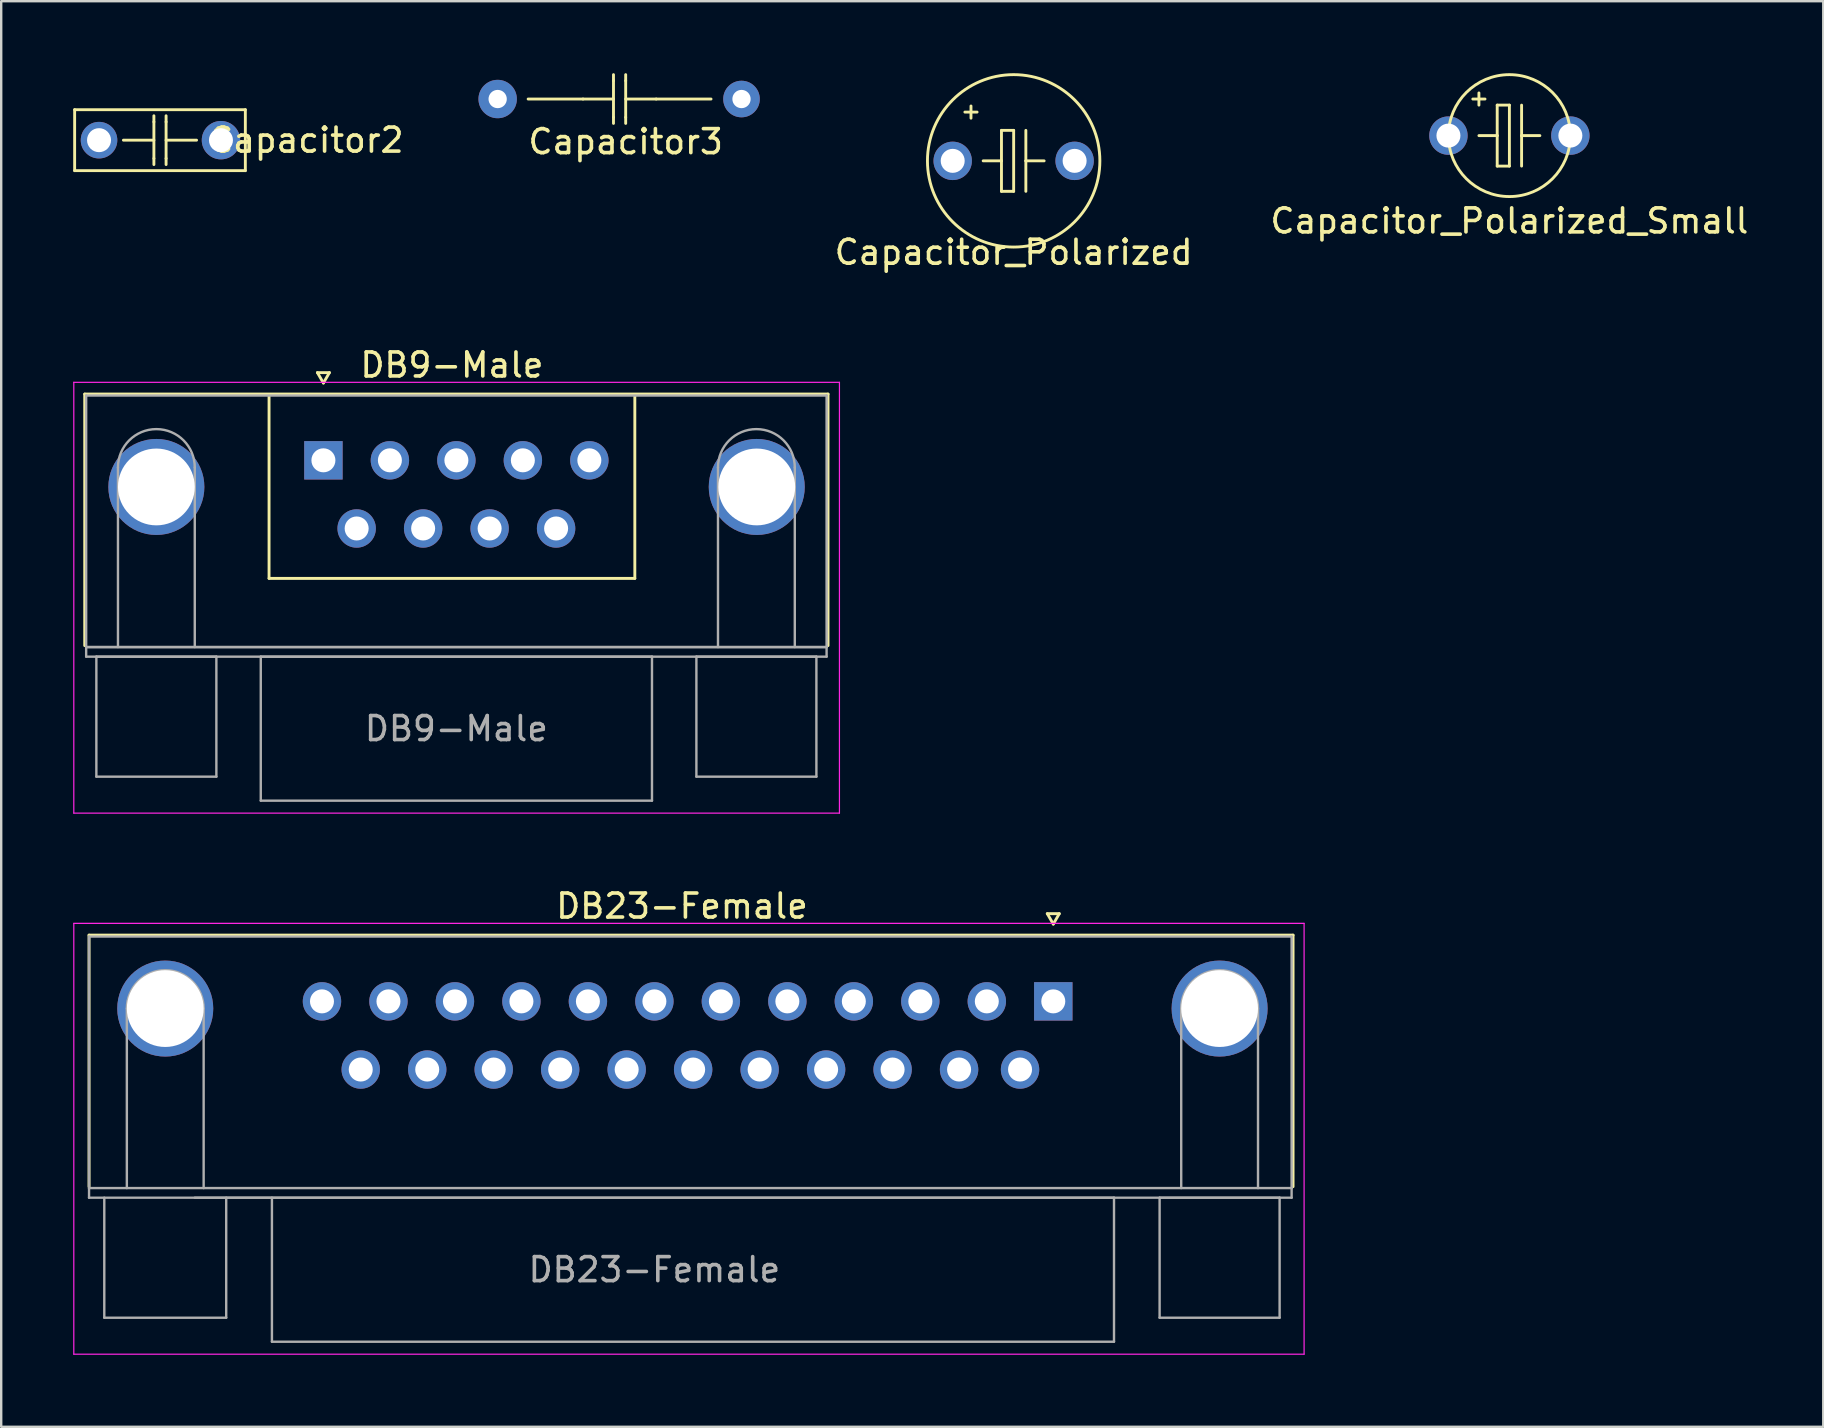
<source format=kicad_pcb>
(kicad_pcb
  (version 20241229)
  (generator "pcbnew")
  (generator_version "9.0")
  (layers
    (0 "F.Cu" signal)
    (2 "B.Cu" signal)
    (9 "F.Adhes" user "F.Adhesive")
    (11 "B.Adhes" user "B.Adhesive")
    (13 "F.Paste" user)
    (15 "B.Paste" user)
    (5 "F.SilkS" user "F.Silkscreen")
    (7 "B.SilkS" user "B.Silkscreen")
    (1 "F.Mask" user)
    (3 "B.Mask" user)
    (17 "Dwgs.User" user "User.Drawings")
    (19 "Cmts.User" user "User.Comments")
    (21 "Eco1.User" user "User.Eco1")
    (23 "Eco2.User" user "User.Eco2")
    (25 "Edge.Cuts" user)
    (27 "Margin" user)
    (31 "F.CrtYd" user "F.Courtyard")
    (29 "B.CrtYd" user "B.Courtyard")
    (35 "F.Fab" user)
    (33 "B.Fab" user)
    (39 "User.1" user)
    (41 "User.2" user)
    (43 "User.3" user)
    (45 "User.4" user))
  (footprint "Capacitor_Polarized"
    (layer "F.Cu")
    (at 39.184 3.652)
    (property "Reference" "Capacitor_Polarized" (at 0 3.81 0) (layer "F.SilkS") (effects (font (size 1 1) (thickness 0.15))))
    (attr through_hole)
    (fp_line (start -2.032 -2.032) (end -1.524 -2.032) (stroke (width 0.12) (type solid)) (layer "F.SilkS"))
    (fp_line (start -1.778 -2.286) (end -1.778 -1.778) (stroke (width 0.12) (type solid)) (layer "F.SilkS"))
    (fp_line (start -1.27 0) (end -0.508 0) (stroke (width 0.12) (type solid)) (layer "F.SilkS"))
    (fp_line (start -0.508 -1.27) (end 0 -1.27) (stroke (width 0.12) (type solid)) (layer "F.SilkS"))
    (fp_line (start -0.508 0) (end -0.508 -1.27) (stroke (width 0.12) (type solid)) (layer "F.SilkS"))
    (fp_line (start -0.508 1.27) (end -0.508 0) (stroke (width 0.12) (type solid)) (layer "F.SilkS"))
    (fp_line (start 0 -1.27) (end 0 1.27) (stroke (width 0.12) (type solid)) (layer "F.SilkS"))
    (fp_line (start 0 1.27) (end -0.508 1.27) (stroke (width 0.12) (type solid)) (layer "F.SilkS"))
    (fp_line (start 0.508 0) (end 0.508 -1.27) (stroke (width 0.12) (type solid)) (layer "F.SilkS"))
    (fp_line (start 0.508 0) (end 0.508 1.27) (stroke (width 0.12) (type solid)) (layer "F.SilkS"))
    (fp_line (start 1.27 0) (end 0.508 0) (stroke (width 0.12) (type solid)) (layer "F.SilkS"))
    (fp_circle (center 0 0) (end 2.54 2.54) (stroke (width 0.12) (type solid)) (fill no) (layer "F.SilkS"))
    (pad "1" thru_hole circle (at -2.54 0) (size 1.6 1.6) (drill 1) (layers "*.Cu" "*.Mask"))
    (pad "2" thru_hole circle (at 2.54 0) (size 1.6 1.6) (drill 1) (layers "*.Cu" "*.Mask")))
  (footprint "Capacitor_Polarized_Small"
    (layer "F.Cu")
    (at 59.839 2.6)
    (property "Reference" "Capacitor_Polarized_Small" (at 0 3.556 0) (layer "F.SilkS") (effects (font (size 1 1) (thickness 0.15))))
    (attr through_hole)
    (fp_line (start -1.524 -1.524) (end -1.016 -1.524) (stroke (width 0.12) (type solid)) (layer "F.SilkS"))
    (fp_line (start -1.27 -1.778) (end -1.27 -1.27) (stroke (width 0.12) (type solid)) (layer "F.SilkS"))
    (fp_line (start -1.27 0) (end -0.508 0) (stroke (width 0.12) (type solid)) (layer "F.SilkS"))
    (fp_line (start -0.508 -1.27) (end 0 -1.27) (stroke (width 0.12) (type solid)) (layer "F.SilkS"))
    (fp_line (start -0.508 0) (end -0.508 -1.27) (stroke (width 0.12) (type solid)) (layer "F.SilkS"))
    (fp_line (start -0.508 1.27) (end -0.508 0) (stroke (width 0.12) (type solid)) (layer "F.SilkS"))
    (fp_line (start 0 -1.27) (end 0 1.27) (stroke (width 0.12) (type solid)) (layer "F.SilkS"))
    (fp_line (start 0 1.27) (end -0.508 1.27) (stroke (width 0.12) (type solid)) (layer "F.SilkS"))
    (fp_line (start 0.508 0) (end 0.508 -1.27) (stroke (width 0.12) (type solid)) (layer "F.SilkS"))
    (fp_line (start 0.508 0) (end 0.508 1.27) (stroke (width 0.12) (type solid)) (layer "F.SilkS"))
    (fp_line (start 1.27 0) (end 0.508 0) (stroke (width 0.12) (type solid)) (layer "F.SilkS"))
    (fp_circle (center 0 0) (end 2.032 1.524) (stroke (width 0.12) (type solid)) (fill no) (layer "F.SilkS"))
    (pad "1" thru_hole circle (at -2.54 0) (size 1.6 1.6) (drill 1) (layers "*.Cu" "*.Mask"))
    (pad "2" thru_hole circle (at 2.54 0) (size 1.6 1.6) (drill 1) (layers "*.Cu" "*.Mask")))
  (footprint "Capacitor2"
    (layer "F.Cu")
    (at 8.696 0.25)
    (property "Reference" "Capacitor2" (at 1.016 2.54 0) (layer "F.SilkS") (effects (font (size 1 1) (thickness 0.15))))
    (attr through_hole)
    (fp_line (start -8.636 1.27) (end -1.524 1.27) (stroke (width 0.12) (type solid)) (layer "F.SilkS"))
    (fp_line (start -8.636 3.81) (end -8.636 1.27) (stroke (width 0.12) (type solid)) (layer "F.SilkS"))
    (fp_line (start -8.636 3.81) (end -1.524 3.81) (stroke (width 0.12) (type solid)) (layer "F.SilkS"))
    (fp_line (start -5.334 1.778) (end -5.334 1.524) (stroke (width 0.12) (type solid)) (layer "F.SilkS"))
    (fp_line (start -5.334 1.778) (end -5.334 3.302) (stroke (width 0.12) (type solid)) (layer "F.SilkS"))
    (fp_line (start -5.334 2.54) (end -6.604 2.54) (stroke (width 0.12) (type solid)) (layer "F.SilkS"))
    (fp_line (start -5.334 3.302) (end -5.334 3.556) (stroke (width 0.12) (type solid)) (layer "F.SilkS"))
    (fp_line (start -4.826 1.778) (end -4.826 1.524) (stroke (width 0.12) (type solid)) (layer "F.SilkS"))
    (fp_line (start -4.826 1.778) (end -4.826 3.302) (stroke (width 0.12) (type solid)) (layer "F.SilkS"))
    (fp_line (start -4.826 3.302) (end -4.826 3.556) (stroke (width 0.12) (type solid)) (layer "F.SilkS"))
    (fp_line (start -3.556 2.54) (end -4.826 2.54) (stroke (width 0.12) (type solid)) (layer "F.SilkS"))
    (fp_line (start -1.524 1.27) (end -1.524 3.81) (stroke (width 0.12) (type solid)) (layer "F.SilkS"))
    (pad "1" thru_hole circle (at -7.62 2.54) (size 1.524 1.524) (drill 1) (layers "*.Cu" "*.Mask"))
    (pad "2" thru_hole circle (at -2.54 2.54) (size 1.6 1.6) (drill 1) (layers "*.Cu" "*.Mask")))
  (footprint "DB9-Male"
    (layer "F.Cu")
    (at 15.78 18.509)
    (property "Reference" "DB9-Male" (at 0 -6.35 0) (layer "F.SilkS") (effects (font (size 1 1) (thickness 0.15))))
    (attr through_hole)
    (fp_line (start -15.3 -5.14) (end 15.67 -5.14) (stroke (width 0.12) (type solid)) (layer "F.SilkS"))
    (fp_line (start -15.3 5.34) (end -15.3 -5.14) (stroke (width 0.12) (type solid)) (layer "F.SilkS"))
    (fp_line (start -7.62 -5.08) (end -7.62 2.54) (stroke (width 0.12) (type solid)) (layer "F.SilkS"))
    (fp_line (start -7.62 2.54) (end 7.62 2.54) (stroke (width 0.12) (type solid)) (layer "F.SilkS"))
    (fp_line (start -5.605 -6.034) (end -5.105 -6.034) (stroke (width 0.12) (type solid)) (layer "F.SilkS"))
    (fp_line (start -5.355 -5.601) (end -5.605 -6.034) (stroke (width 0.12) (type solid)) (layer "F.SilkS"))
    (fp_line (start -5.105 -6.034) (end -5.355 -5.601) (stroke (width 0.12) (type solid)) (layer "F.SilkS"))
    (fp_line (start 7.62 2.54) (end 7.62 -5.08) (stroke (width 0.12) (type solid)) (layer "F.SilkS"))
    (fp_line (start 15.67 -5.14) (end 15.67 5.34) (stroke (width 0.12) (type solid)) (layer "F.SilkS"))
    (fp_line (start -15.755 -5.63) (end -15.755 12.32) (stroke (width 0.05) (type solid)) (layer "F.CrtYd"))
    (fp_line (start -15.755 12.32) (end 16.145 12.32) (stroke (width 0.05) (type solid)) (layer "F.CrtYd"))
    (fp_line (start 16.145 -5.63) (end -15.755 -5.63) (stroke (width 0.05) (type solid)) (layer "F.CrtYd"))
    (fp_line (start 16.145 12.32) (end 16.145 -5.63) (stroke (width 0.05) (type solid)) (layer "F.CrtYd"))
    (fp_line (start -15.24 -5.08) (end -15.24 5.4) (stroke (width 0.1) (type solid)) (layer "F.Fab"))
    (fp_line (start -15.24 5.4) (end -15.24 5.8) (stroke (width 0.1) (type solid)) (layer "F.Fab"))
    (fp_line (start -15.24 5.4) (end 15.61 5.4) (stroke (width 0.1) (type solid)) (layer "F.Fab"))
    (fp_line (start -15.24 5.8) (end 15.61 5.8) (stroke (width 0.1) (type solid)) (layer "F.Fab"))
    (fp_line (start -14.815 5.8) (end -14.815 10.8) (stroke (width 0.1) (type solid)) (layer "F.Fab"))
    (fp_line (start -14.815 10.8) (end -9.815 10.8) (stroke (width 0.1) (type solid)) (layer "F.Fab"))
    (fp_line (start -13.915 5.4) (end -13.915 -2.08) (stroke (width 0.1) (type solid)) (layer "F.Fab"))
    (fp_line (start -10.715 5.4) (end -10.715 -2.08) (stroke (width 0.1) (type solid)) (layer "F.Fab"))
    (fp_line (start -9.815 5.8) (end -14.815 5.8) (stroke (width 0.1) (type solid)) (layer "F.Fab"))
    (fp_line (start -9.815 10.8) (end -9.815 5.8) (stroke (width 0.1) (type solid)) (layer "F.Fab"))
    (fp_line (start -7.965 5.8) (end -7.965 11.8) (stroke (width 0.1) (type solid)) (layer "F.Fab"))
    (fp_line (start -7.965 11.8) (end 8.335 11.8) (stroke (width 0.1) (type solid)) (layer "F.Fab"))
    (fp_line (start 8.335 5.8) (end -7.965 5.8) (stroke (width 0.1) (type solid)) (layer "F.Fab"))
    (fp_line (start 8.335 11.8) (end 8.335 5.8) (stroke (width 0.1) (type solid)) (layer "F.Fab"))
    (fp_line (start 10.185 5.8) (end 10.185 10.8) (stroke (width 0.1) (type solid)) (layer "F.Fab"))
    (fp_line (start 10.185 10.8) (end 15.185 10.8) (stroke (width 0.1) (type solid)) (layer "F.Fab"))
    (fp_line (start 11.085 5.4) (end 11.085 -2.08) (stroke (width 0.1) (type solid)) (layer "F.Fab"))
    (fp_line (start 14.285 5.4) (end 14.285 -2.08) (stroke (width 0.1) (type solid)) (layer "F.Fab"))
    (fp_line (start 15.185 5.8) (end 10.185 5.8) (stroke (width 0.1) (type solid)) (layer "F.Fab"))
    (fp_line (start 15.185 10.8) (end 15.185 5.8) (stroke (width 0.1) (type solid)) (layer "F.Fab"))
    (fp_line (start 15.61 -5.08) (end -15.24 -5.08) (stroke (width 0.1) (type solid)) (layer "F.Fab"))
    (fp_line (start 15.61 5.4) (end -15.24 5.4) (stroke (width 0.1) (type solid)) (layer "F.Fab"))
    (fp_line (start 15.61 5.4) (end 15.61 -5.08) (stroke (width 0.1) (type solid)) (layer "F.Fab"))
    (fp_line (start 15.61 5.8) (end 15.61 5.4) (stroke (width 0.1) (type solid)) (layer "F.Fab"))
    (fp_arc (start -13.915 -2.08) (mid -12.315 -3.68) (end -10.715 -2.08) (stroke (width 0.1) (type solid)) (layer "F.Fab"))
    (fp_arc (start 11.085 -2.08) (mid 12.685 -3.68) (end 14.285 -2.08) (stroke (width 0.1) (type solid)) (layer "F.Fab"))
    (fp_text user "${REFERENCE}" (at 0.185 8.8 0) (layer "F.Fab") (effects (font (size 1 1) (thickness 0.15))))
    (pad "1" thru_hole rect (at -5.355 -2.38) (size 1.6 1.6) (drill 1) (layers "*.Cu" "*.Mask"))
    (pad "2" thru_hole circle (at -2.585 -2.38) (size 1.6 1.6) (drill 1) (layers "*.Cu" "*.Mask"))
    (pad "3" thru_hole circle (at 0.185 -2.38) (size 1.6 1.6) (drill 1) (layers "*.Cu" "*.Mask"))
    (pad "4" thru_hole circle (at 2.955 -2.38) (size 1.6 1.6) (drill 1) (layers "*.Cu" "*.Mask"))
    (pad "5" thru_hole circle (at 5.725 -2.38) (size 1.6 1.6) (drill 1) (layers "*.Cu" "*.Mask"))
    (pad "6" thru_hole circle (at -3.97 0.46) (size 1.6 1.6) (drill 1) (layers "*.Cu" "*.Mask"))
    (pad "7" thru_hole circle (at -1.2 0.46) (size 1.6 1.6) (drill 1) (layers "*.Cu" "*.Mask"))
    (pad "8" thru_hole circle (at 1.57 0.46) (size 1.6 1.6) (drill 1) (layers "*.Cu" "*.Mask"))
    (pad "9" thru_hole circle (at 4.34 0.46) (size 1.6 1.6) (drill 1) (layers "*.Cu" "*.Mask"))
    (pad "10" thru_hole circle (at -12.315 -1.27) (size 4 4) (drill 3.2) (layers "*.Cu" "*.Mask"))
    (pad "11" thru_hole circle (at 12.7 -1.27) (size 4 4) (drill 3.2) (layers "*.Cu" "*.Mask")))
  (footprint "DB23-Female"
    (layer "F.Cu")
    (at 24.73 41.687)
    (property "Reference" "DB23-Female" (at 0.635 -6.985 0) (layer "F.SilkS") (effects (font (size 1 1) (thickness 0.15))))
    (attr through_hole)
    (fp_line (start -24.07 -5.775) (end -24.07 4.705) (stroke (width 0.12) (type solid)) (layer "F.SilkS"))
    (fp_line (start 15.855 -6.669) (end 16.105 -6.236) (stroke (width 0.12) (type solid)) (layer "F.SilkS"))
    (fp_line (start 16.105 -6.236) (end 16.355 -6.669) (stroke (width 0.12) (type solid)) (layer "F.SilkS"))
    (fp_line (start 16.355 -6.669) (end 15.855 -6.669) (stroke (width 0.12) (type solid)) (layer "F.SilkS"))
    (fp_line (start 26.095 -5.775) (end -24.07 -5.775) (stroke (width 0.12) (type solid)) (layer "F.SilkS"))
    (fp_line (start 26.095 4.705) (end 26.095 -5.775) (stroke (width 0.12) (type solid)) (layer "F.SilkS"))
    (fp_line (start -24.705 -6.265) (end 26.555 -6.265) (stroke (width 0.05) (type solid)) (layer "F.CrtYd"))
    (fp_line (start -24.705 11.685) (end -24.705 -6.265) (stroke (width 0.05) (type solid)) (layer "F.CrtYd"))
    (fp_line (start 26.555 -6.265) (end 26.555 11.685) (stroke (width 0.05) (type solid)) (layer "F.CrtYd"))
    (fp_line (start 26.555 11.685) (end -24.705 11.685) (stroke (width 0.05) (type solid)) (layer "F.CrtYd"))
    (fp_line (start -24.07 -5.715) (end 26.035 -5.715) (stroke (width 0.1) (type solid)) (layer "F.Fab"))
    (fp_line (start -24.07 4.765) (end -24.07 -5.715) (stroke (width 0.1) (type solid)) (layer "F.Fab"))
    (fp_line (start -24.07 5.165) (end -24.07 4.765) (stroke (width 0.1) (type solid)) (layer "F.Fab"))
    (fp_line (start -23.435 10.165) (end -23.435 5.165) (stroke (width 0.1) (type solid)) (layer "F.Fab"))
    (fp_line (start -22.495 4.765) (end -22.495 -2.715) (stroke (width 0.1) (type solid)) (layer "F.Fab"))
    (fp_line (start -19.665 5.165) (end 18.635 5.165) (stroke (width 0.1) (type solid)) (layer "F.Fab"))
    (fp_line (start -19.295 4.765) (end -19.295 -2.715) (stroke (width 0.1) (type solid)) (layer "F.Fab"))
    (fp_line (start -18.355 5.165) (end -18.355 10.165) (stroke (width 0.1) (type solid)) (layer "F.Fab"))
    (fp_line (start -18.355 10.165) (end -23.435 10.165) (stroke (width 0.1) (type solid)) (layer "F.Fab"))
    (fp_line (start -16.45 11.165) (end -16.45 5.165) (stroke (width 0.1) (type solid)) (layer "F.Fab"))
    (fp_line (start 18.635 5.165) (end 18.635 11.165) (stroke (width 0.1) (type solid)) (layer "F.Fab"))
    (fp_line (start 18.635 11.165) (end -16.45 11.165) (stroke (width 0.1) (type solid)) (layer "F.Fab"))
    (fp_line (start 20.535 5.165) (end 25.535 5.165) (stroke (width 0.1) (type solid)) (layer "F.Fab"))
    (fp_line (start 20.535 10.165) (end 20.535 5.165) (stroke (width 0.1) (type solid)) (layer "F.Fab"))
    (fp_line (start 21.435 4.765) (end 21.435 -2.715) (stroke (width 0.1) (type solid)) (layer "F.Fab"))
    (fp_line (start 24.635 4.765) (end 24.635 -2.715) (stroke (width 0.1) (type solid)) (layer "F.Fab"))
    (fp_line (start 25.535 5.165) (end 25.535 10.165) (stroke (width 0.1) (type solid)) (layer "F.Fab"))
    (fp_line (start 25.535 10.165) (end 20.535 10.165) (stroke (width 0.1) (type solid)) (layer "F.Fab"))
    (fp_line (start 26.035 -5.715) (end 26.035 4.765) (stroke (width 0.1) (type solid)) (layer "F.Fab"))
    (fp_line (start 26.035 4.765) (end -24.07 4.765) (stroke (width 0.1) (type solid)) (layer "F.Fab"))
    (fp_line (start 26.035 4.765) (end 26.035 5.165) (stroke (width 0.1) (type solid)) (layer "F.Fab"))
    (fp_line (start 26.035 5.165) (end -24.07 5.165) (stroke (width 0.1) (type solid)) (layer "F.Fab"))
    (fp_arc (start -22.495 -2.715) (mid -20.895 -4.315) (end -19.295 -2.715) (stroke (width 0.1) (type solid)) (layer "F.Fab"))
    (fp_arc (start 21.435 -2.715) (mid 23.035 -4.315) (end 24.635 -2.715) (stroke (width 0.1) (type solid)) (layer "F.Fab"))
    (fp_text user "${REFERENCE}" (at -0.515 8.165 0) (layer "F.Fab") (effects (font (size 1 1) (thickness 0.15))))
    (pad "1" thru_hole rect (at 16.105 -3.015) (size 1.6 1.6) (drill 1) (layers "*.Cu" "*.Mask"))
    (pad "2" thru_hole circle (at 13.335 -3.015) (size 1.6 1.6) (drill 1) (layers "*.Cu" "*.Mask"))
    (pad "3" thru_hole circle (at 10.565 -3.015) (size 1.6 1.6) (drill 1) (layers "*.Cu" "*.Mask"))
    (pad "4" thru_hole circle (at 7.795 -3.015) (size 1.6 1.6) (drill 1) (layers "*.Cu" "*.Mask"))
    (pad "5" thru_hole circle (at 5.025 -3.015) (size 1.6 1.6) (drill 1) (layers "*.Cu" "*.Mask"))
    (pad "6" thru_hole circle (at 2.255 -3.015) (size 1.6 1.6) (drill 1) (layers "*.Cu" "*.Mask"))
    (pad "7" thru_hole circle (at -0.515 -3.015) (size 1.6 1.6) (drill 1) (layers "*.Cu" "*.Mask"))
    (pad "8" thru_hole circle (at -3.285 -3.015) (size 1.6 1.6) (drill 1) (layers "*.Cu" "*.Mask"))
    (pad "9" thru_hole circle (at -6.055 -3.015) (size 1.6 1.6) (drill 1) (layers "*.Cu" "*.Mask"))
    (pad "10" thru_hole circle (at -8.825 -3.015) (size 1.6 1.6) (drill 1) (layers "*.Cu" "*.Mask"))
    (pad "11" thru_hole circle (at -11.595 -3.015) (size 1.6 1.6) (drill 1) (layers "*.Cu" "*.Mask"))
    (pad "12" thru_hole circle (at -14.365 -3.015) (size 1.6 1.6) (drill 1) (layers "*.Cu" "*.Mask"))
    (pad "13" thru_hole circle (at 14.72 -0.175) (size 1.6 1.6) (drill 1) (layers "*.Cu" "*.Mask"))
    (pad "14" thru_hole circle (at 12.18 -0.175) (size 1.6 1.6) (drill 1) (layers "*.Cu" "*.Mask"))
    (pad "15" thru_hole circle (at 9.41 -0.175) (size 1.6 1.6) (drill 1) (layers "*.Cu" "*.Mask"))
    (pad "16" thru_hole circle (at 6.64 -0.175) (size 1.6 1.6) (drill 1) (layers "*.Cu" "*.Mask"))
    (pad "17" thru_hole circle (at 3.87 -0.175) (size 1.6 1.6) (drill 1) (layers "*.Cu" "*.Mask"))
    (pad "18" thru_hole circle (at 1.1 -0.175) (size 1.6 1.6) (drill 1) (layers "*.Cu" "*.Mask"))
    (pad "19" thru_hole circle (at -1.67 -0.175) (size 1.6 1.6) (drill 1) (layers "*.Cu" "*.Mask"))
    (pad "20" thru_hole circle (at -4.44 -0.175) (size 1.6 1.6) (drill 1) (layers "*.Cu" "*.Mask"))
    (pad "21" thru_hole circle (at -7.21 -0.175) (size 1.6 1.6) (drill 1) (layers "*.Cu" "*.Mask"))
    (pad "22" thru_hole circle (at -9.98 -0.175) (size 1.6 1.6) (drill 1) (layers "*.Cu" "*.Mask"))
    (pad "23" thru_hole circle (at -12.75 -0.175) (size 1.6 1.6) (drill 1) (layers "*.Cu" "*.Mask"))
    (pad "24" thru_hole circle (at 23.035 -2.715) (size 4 4) (drill 3.2) (layers "*.Cu" "*.Mask"))
    (pad "25" thru_hole circle (at -20.895 -2.715) (size 4 4) (drill 3.2) (layers "*.Cu" "*.Mask")))
  (footprint "Capacitor3"
    (layer "F.Cu")
    (at 22.765 1.076)
    (property "Reference" "Capacitor3" (at 0.254 1.778 0) (layer "F.SilkS") (effects (font (size 1 1) (thickness 0.15))))
    (attr through_hole)
    (fp_line (start -1.524 0) (end -3.81 0) (stroke (width 0.12) (type solid)) (layer "F.SilkS"))
    (fp_line (start -0.254 -0.762) (end -0.254 -1.016) (stroke (width 0.12) (type solid)) (layer "F.SilkS"))
    (fp_line (start -0.254 -0.762) (end -0.254 0.762) (stroke (width 0.12) (type solid)) (layer "F.SilkS"))
    (fp_line (start -0.254 0) (end -1.524 0) (stroke (width 0.12) (type solid)) (layer "F.SilkS"))
    (fp_line (start -0.254 0.762) (end -0.254 1.016) (stroke (width 0.12) (type solid)) (layer "F.SilkS"))
    (fp_line (start 0.254 -0.762) (end 0.254 -1.016) (stroke (width 0.12) (type solid)) (layer "F.SilkS"))
    (fp_line (start 0.254 -0.762) (end 0.254 0.762) (stroke (width 0.12) (type solid)) (layer "F.SilkS"))
    (fp_line (start 0.254 0.762) (end 0.254 1.016) (stroke (width 0.12) (type solid)) (layer "F.SilkS"))
    (fp_line (start 1.524 0) (end 0.254 0) (stroke (width 0.12) (type solid)) (layer "F.SilkS"))
    (fp_line (start 1.524 0) (end 3.81 0) (stroke (width 0.12) (type solid)) (layer "F.SilkS"))
    (pad "1" thru_hole circle (at 5.08 0) (size 1.524 1.524) (drill 0.762) (layers "*.Cu" "*.Mask"))
    (pad "2" thru_hole circle (at -5.08 0) (size 1.6 1.6) (drill 0.762) (layers "*.Cu" "*.Mask")))
  (gr_rect
    (start -3 -3)
    (end 72.916 56.397)
    (stroke (width 0.1) (type default))
    (fill no)
    (layer "Edge.Cuts")))
</source>
